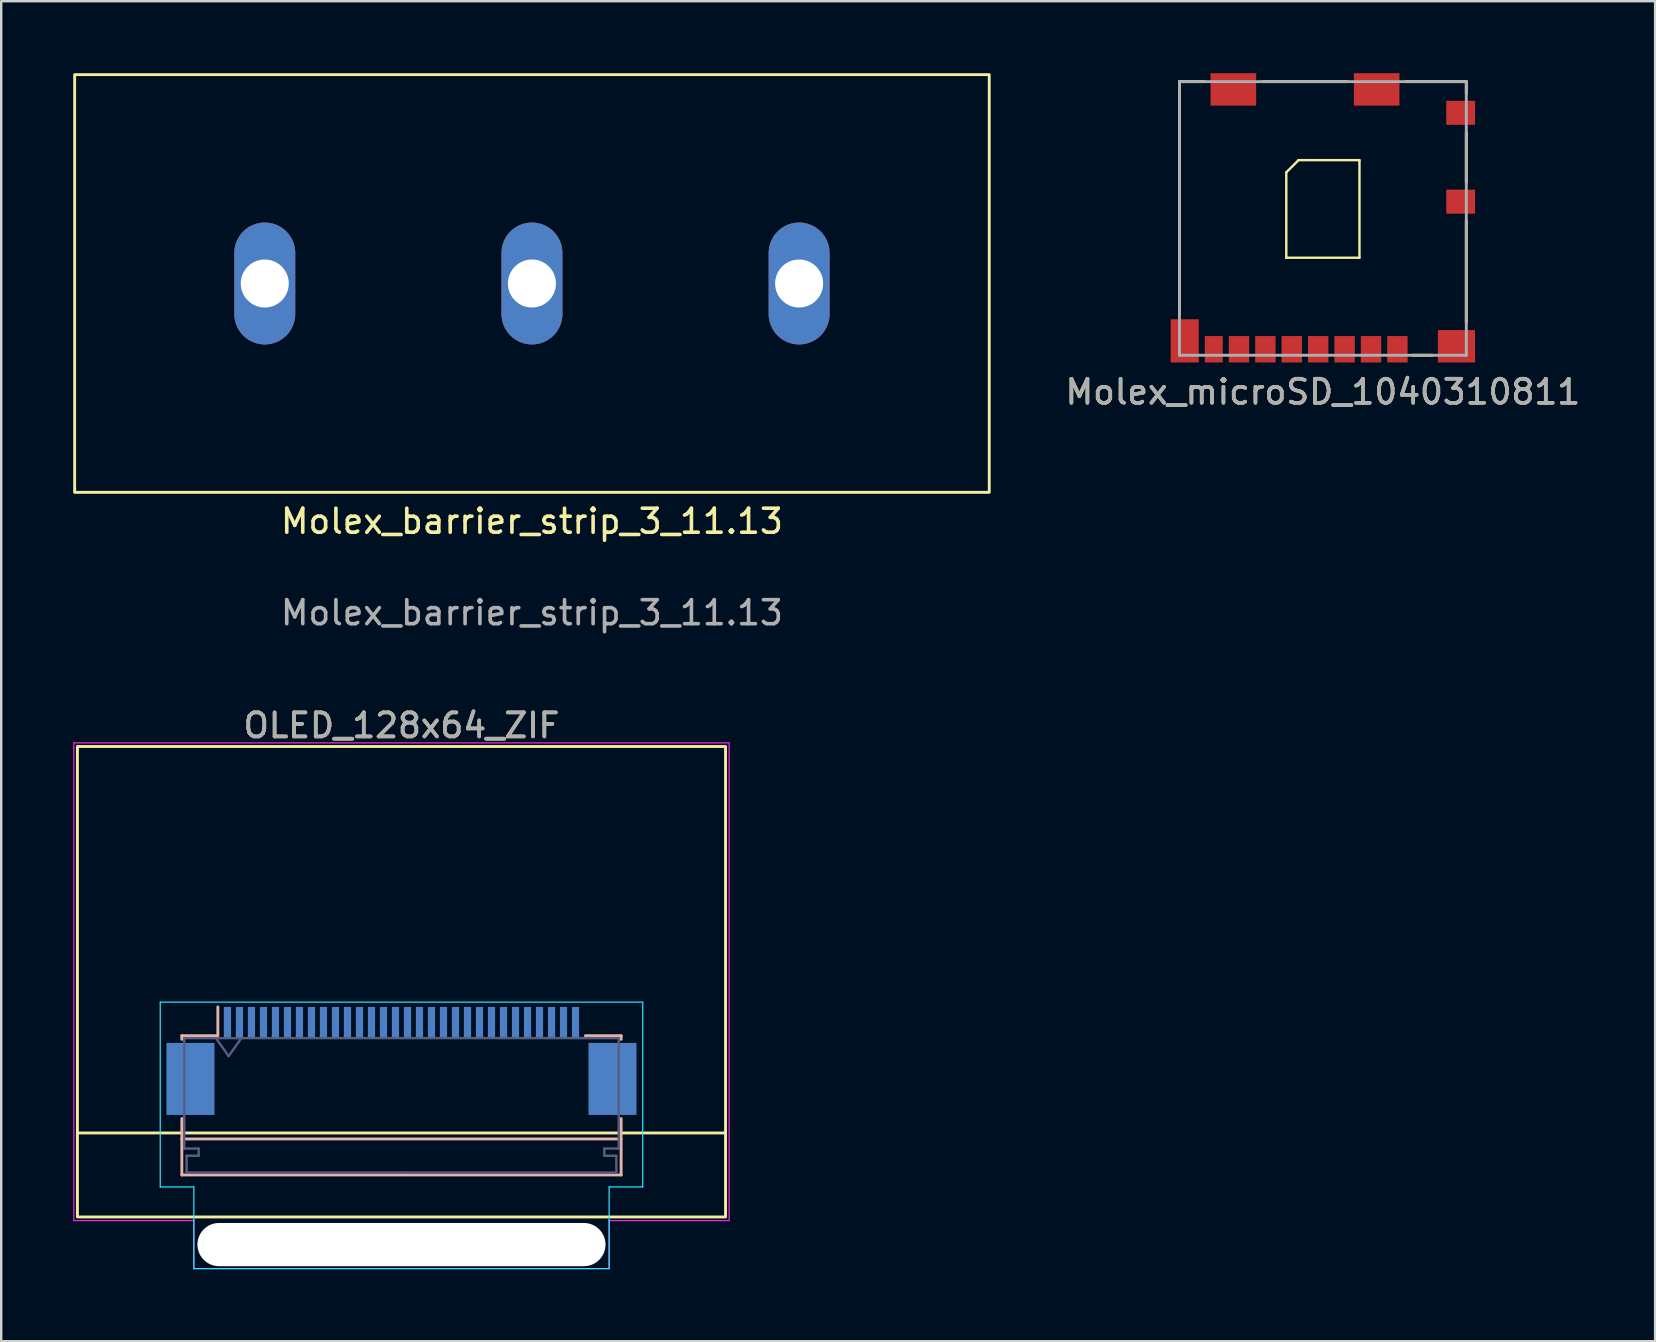
<source format=kicad_pcb>
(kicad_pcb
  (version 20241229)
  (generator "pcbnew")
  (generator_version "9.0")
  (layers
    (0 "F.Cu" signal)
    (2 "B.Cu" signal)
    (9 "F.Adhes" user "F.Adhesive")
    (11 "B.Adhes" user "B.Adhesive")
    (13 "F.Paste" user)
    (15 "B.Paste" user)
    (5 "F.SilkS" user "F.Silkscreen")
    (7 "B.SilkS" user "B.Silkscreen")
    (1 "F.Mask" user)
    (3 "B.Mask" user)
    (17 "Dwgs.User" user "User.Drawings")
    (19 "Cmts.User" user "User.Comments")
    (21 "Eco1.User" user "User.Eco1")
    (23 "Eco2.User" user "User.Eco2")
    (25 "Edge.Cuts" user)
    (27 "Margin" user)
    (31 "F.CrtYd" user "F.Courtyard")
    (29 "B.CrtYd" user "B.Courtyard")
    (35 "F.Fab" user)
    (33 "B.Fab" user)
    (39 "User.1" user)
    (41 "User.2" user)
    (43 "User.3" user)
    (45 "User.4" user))
  (footprint "OLED_128x64_ZIF"
    (layer "F.Cu")
    (at 13.675 41.397)
    (property "Reference" "OLED_128x64_ZIF" (at 0 -14.224 0) (layer "F.SilkS") (effects (font (size 1 1) (thickness 0.15))))
    (attr smd)
    (fp_line (start -13.5 2.75) (end 13.5 2.75) (stroke (width 0.12) (type solid)) (layer "F.SilkS"))
    (fp_rect (start 13.5 6.25) (end -13.5 -13.35) (stroke (width 0.12) (type solid)) (fill no) (layer "F.SilkS"))
    (fp_line (start -9.15 -1.3) (end -9.15 -1.15) (stroke (width 0.12) (type solid)) (layer "B.SilkS"))
    (fp_line (start -9.15 4.5) (end -9.15 2.15) (stroke (width 0.12) (type solid)) (layer "B.SilkS"))
    (fp_line (start -7.66 -1.3) (end -9.15 -1.3) (stroke (width 0.12) (type solid)) (layer "B.SilkS"))
    (fp_line (start -7.65 -1.3) (end -7.65 -2.5) (stroke (width 0.12) (type solid)) (layer "B.SilkS"))
    (fp_line (start 7.66 -1.3) (end 9.15 -1.3) (stroke (width 0.12) (type solid)) (layer "B.SilkS"))
    (fp_line (start 9.15 -1.3) (end 9.15 -1.15) (stroke (width 0.12) (type solid)) (layer "B.SilkS"))
    (fp_line (start 9.15 2.15) (end 9.15 4.5) (stroke (width 0.12) (type solid)) (layer "B.SilkS"))
    (fp_line (start 9.15 3) (end -9.15 3) (stroke (width 0.12) (type solid)) (layer "B.SilkS"))
    (fp_line (start 9.15 4.5) (end -9.15 4.5) (stroke (width 0.12) (type solid)) (layer "B.SilkS"))
    (fp_line (start -10.05 -2.7) (end 10.05 -2.7) (stroke (width 0.05) (type solid)) (layer "B.CrtYd"))
    (fp_line (start -10.05 5) (end -10.05 -2.7) (stroke (width 0.05) (type solid)) (layer "B.CrtYd"))
    (fp_line (start -8.65 5) (end -10.05 5) (stroke (width 0.05) (type solid)) (layer "B.CrtYd"))
    (fp_line (start -8.65 8.4) (end -8.65 5) (stroke (width 0.05) (type solid)) (layer "B.CrtYd"))
    (fp_line (start 8.65 5) (end 10.05 5) (stroke (width 0.05) (type solid)) (layer "B.CrtYd"))
    (fp_line (start 8.65 8.4) (end -8.65 8.4) (stroke (width 0.05) (type solid)) (layer "B.CrtYd"))
    (fp_line (start 8.65 8.4) (end 8.65 5) (stroke (width 0.05) (type solid)) (layer "B.CrtYd"))
    (fp_line (start 10.05 -2.7) (end 10.05 5) (stroke (width 0.05) (type solid)) (layer "B.CrtYd"))
    (fp_line (start -13.65 -13.5) (end 13.65 -13.5) (stroke (width 0.05) (type solid)) (layer "F.CrtYd"))
    (fp_line (start -13.65 6.4) (end -13.65 -13.5) (stroke (width 0.05) (type solid)) (layer "F.CrtYd"))
    (fp_line (start -8.65 6.4) (end -13.65 6.4) (stroke (width 0.05) (type solid)) (layer "F.CrtYd"))
    (fp_line (start -8.65 8.4) (end -8.65 6.4) (stroke (width 0.05) (type solid)) (layer "F.CrtYd"))
    (fp_line (start 8.65 6.4) (end 8.65 8.4) (stroke (width 0.05) (type solid)) (layer "F.CrtYd"))
    (fp_line (start 8.65 8.4) (end -8.65 8.4) (stroke (width 0.05) (type solid)) (layer "F.CrtYd"))
    (fp_line (start 13.65 -13.5) (end 13.65 6.4) (stroke (width 0.05) (type solid)) (layer "F.CrtYd"))
    (fp_line (start 13.65 6.4) (end 8.65 6.4) (stroke (width 0.05) (type solid)) (layer "F.CrtYd"))
    (fp_line (start -9.05 -1.2) (end -9.05 3.4) (stroke (width 0.1) (type solid)) (layer "B.Fab"))
    (fp_line (start -9.05 3.4) (end -8.45 3.4) (stroke (width 0.1) (type solid)) (layer "B.Fab"))
    (fp_line (start -8.95 3.7) (end -8.95 4.4) (stroke (width 0.1) (type solid)) (layer "B.Fab"))
    (fp_line (start -8.95 4.4) (end 0 4.4) (stroke (width 0.1) (type solid)) (layer "B.Fab"))
    (fp_line (start -8.45 3.4) (end -8.45 3.7) (stroke (width 0.1) (type solid)) (layer "B.Fab"))
    (fp_line (start -8.45 3.7) (end -8.95 3.7) (stroke (width 0.1) (type solid)) (layer "B.Fab"))
    (fp_line (start -7.2 -0.45) (end -7.7 -1.157) (stroke (width 0.1) (type solid)) (layer "B.Fab"))
    (fp_line (start -6.7 -1.157) (end -7.2 -0.45) (stroke (width 0.1) (type solid)) (layer "B.Fab"))
    (fp_line (start 0 -1.2) (end -9.05 -1.2) (stroke (width 0.1) (type solid)) (layer "B.Fab"))
    (fp_line (start 0 -1.2) (end 9.05 -1.2) (stroke (width 0.1) (type solid)) (layer "B.Fab"))
    (fp_line (start 8.45 3.4) (end 8.45 3.7) (stroke (width 0.1) (type solid)) (layer "B.Fab"))
    (fp_line (start 8.45 3.7) (end 8.95 3.7) (stroke (width 0.1) (type solid)) (layer "B.Fab"))
    (fp_line (start 8.95 3.7) (end 8.95 4.4) (stroke (width 0.1) (type solid)) (layer "B.Fab"))
    (fp_line (start 8.95 4.4) (end 0 4.4) (stroke (width 0.1) (type solid)) (layer "B.Fab"))
    (fp_line (start 9.05 -1.2) (end 9.05 3.4) (stroke (width 0.1) (type solid)) (layer "B.Fab"))
    (fp_line (start 9.05 3.4) (end 8.45 3.4) (stroke (width 0.1) (type solid)) (layer "B.Fab"))
    (fp_text user "${REFERENCE}" (at 0 -14.224 0) (layer "F.Fab") (effects (font (size 1 1) (thickness 0.15))))
    (pad "" np_thru_hole oval (at 0 7.4) (size 17 1.8) (drill oval 17 1.8) (layers "*.Cu" "*.Mask"))
    (pad "1" smd rect (at -7.25 -1.85) (size 0.3 1.3) (layers "B.Cu" "B.Mask" "B.Paste"))
    (pad "2" smd rect (at -6.75 -1.85) (size 0.3 1.3) (layers "B.Cu" "B.Mask" "B.Paste"))
    (pad "3" smd rect (at -6.25 -1.85) (size 0.3 1.3) (layers "B.Cu" "B.Mask" "B.Paste"))
    (pad "4" smd rect (at -5.75 -1.85) (size 0.3 1.3) (layers "B.Cu" "B.Mask" "B.Paste"))
    (pad "5" smd rect (at -5.25 -1.85) (size 0.3 1.3) (layers "B.Cu" "B.Mask" "B.Paste"))
    (pad "6" smd rect (at -4.75 -1.85) (size 0.3 1.3) (layers "B.Cu" "B.Mask" "B.Paste"))
    (pad "7" smd rect (at -4.25 -1.85) (size 0.3 1.3) (layers "B.Cu" "B.Mask" "B.Paste"))
    (pad "8" smd rect (at -3.75 -1.85) (size 0.3 1.3) (layers "B.Cu" "B.Mask" "B.Paste"))
    (pad "9" smd rect (at -3.25 -1.85) (size 0.3 1.3) (layers "B.Cu" "B.Mask" "B.Paste"))
    (pad "10" smd rect (at -2.75 -1.85) (size 0.3 1.3) (layers "B.Cu" "B.Mask" "B.Paste"))
    (pad "11" smd rect (at -2.25 -1.85) (size 0.3 1.3) (layers "B.Cu" "B.Mask" "B.Paste"))
    (pad "12" smd rect (at -1.75 -1.85) (size 0.3 1.3) (layers "B.Cu" "B.Mask" "B.Paste"))
    (pad "13" smd rect (at -1.25 -1.85) (size 0.3 1.3) (layers "B.Cu" "B.Mask" "B.Paste"))
    (pad "14" smd rect (at -0.75 -1.85) (size 0.3 1.3) (layers "B.Cu" "B.Mask" "B.Paste"))
    (pad "15" smd rect (at -0.25 -1.85) (size 0.3 1.3) (layers "B.Cu" "B.Mask" "B.Paste"))
    (pad "16" smd rect (at 0.25 -1.85) (size 0.3 1.3) (layers "B.Cu" "B.Mask" "B.Paste"))
    (pad "17" smd rect (at 0.75 -1.85) (size 0.3 1.3) (layers "B.Cu" "B.Mask" "B.Paste"))
    (pad "18" smd rect (at 1.25 -1.85) (size 0.3 1.3) (layers "B.Cu" "B.Mask" "B.Paste"))
    (pad "19" smd rect (at 1.75 -1.85) (size 0.3 1.3) (layers "B.Cu" "B.Mask" "B.Paste"))
    (pad "20" smd rect (at 2.25 -1.85) (size 0.3 1.3) (layers "B.Cu" "B.Mask" "B.Paste"))
    (pad "21" smd rect (at 2.75 -1.85) (size 0.3 1.3) (layers "B.Cu" "B.Mask" "B.Paste"))
    (pad "22" smd rect (at 3.25 -1.85) (size 0.3 1.3) (layers "B.Cu" "B.Mask" "B.Paste"))
    (pad "23" smd rect (at 3.75 -1.85) (size 0.3 1.3) (layers "B.Cu" "B.Mask" "B.Paste"))
    (pad "24" smd rect (at 4.25 -1.85) (size 0.3 1.3) (layers "B.Cu" "B.Mask" "B.Paste"))
    (pad "25" smd rect (at 4.75 -1.85) (size 0.3 1.3) (layers "B.Cu" "B.Mask" "B.Paste"))
    (pad "26" smd rect (at 5.25 -1.85) (size 0.3 1.3) (layers "B.Cu" "B.Mask" "B.Paste"))
    (pad "27" smd rect (at 5.75 -1.85) (size 0.3 1.3) (layers "B.Cu" "B.Mask" "B.Paste"))
    (pad "28" smd rect (at 6.25 -1.85) (size 0.3 1.3) (layers "B.Cu" "B.Mask" "B.Paste"))
    (pad "29" smd rect (at 6.75 -1.85) (size 0.3 1.3) (layers "B.Cu" "B.Mask" "B.Paste"))
    (pad "30" smd rect (at 7.25 -1.85) (size 0.3 1.3) (layers "B.Cu" "B.Mask" "B.Paste"))
    (pad "MP1" smd rect (at -8.79 0.5) (size 2 3) (layers "B.Cu" "B.Mask" "B.Paste"))
    (pad "MP2" smd rect (at 8.79 0.5) (size 2 3) (layers "B.Cu" "B.Mask" "B.Paste")))
  (footprint "Molex_microSD_1040310811"
    (layer "F.Cu")
    (at 52.059 11.75)
    (property "Reference" "Molex_microSD_1040310811" (at 0 1.524 0) (layer "F.SilkS") (effects (font (size 1 1) (thickness 0.15))))
    (attr smd)
    (fp_line (start -5.975 -11.4) (end -5.975 -1.721) (stroke (width 0.12) (type solid)) (layer "F.SilkS"))
    (fp_line (start -5.975 -11.4) (end -4.914 -11.4) (stroke (width 0.12) (type solid)) (layer "F.SilkS"))
    (fp_line (start -2.5 -11.4) (end 1 -11.4) (stroke (width 0.12) (type solid)) (layer "F.SilkS"))
    (fp_line (start -1.524 -7.62) (end -1.524 -4.064) (stroke (width 0.1) (type default)) (layer "F.SilkS"))
    (fp_line (start -1.524 -4.064) (end 1.524 -4.064) (stroke (width 0.1) (type default)) (layer "F.SilkS"))
    (fp_line (start -1.016 -8.128) (end -1.524 -7.62) (stroke (width 0.1) (type default)) (layer "F.SilkS"))
    (fp_line (start -1.016 -8.128) (end 1.524 -8.128) (stroke (width 0.1) (type default)) (layer "F.SilkS"))
    (fp_line (start 1.524 -4.064) (end 1.524 -8.128) (stroke (width 0.1) (type default)) (layer "F.SilkS"))
    (fp_line (start 3.739 0) (end 4.56 0) (stroke (width 0.12) (type solid)) (layer "F.SilkS"))
    (fp_line (start 5.975 -11.4) (end 3.455 -11.4) (stroke (width 0.12) (type solid)) (layer "F.SilkS"))
    (fp_line (start 5.975 -11.4) (end 5.975 -10.9) (stroke (width 0.12) (type solid)) (layer "F.SilkS"))
    (fp_line (start 5.975 -9.297) (end 5.975 -7.216) (stroke (width 0.12) (type solid)) (layer "F.SilkS"))
    (fp_line (start 5.975 -5.601) (end 5.975 -1.367) (stroke (width 0.12) (type solid)) (layer "F.SilkS"))
    (fp_line (start -5.975 -11.4) (end 5.975 -11.4) (stroke (width 0.12) (type solid)) (layer "F.Fab"))
    (fp_line (start -5.975 0) (end -5.975 -11.4) (stroke (width 0.12) (type solid)) (layer "F.Fab"))
    (fp_line (start 5.975 -11.4) (end 5.975 0) (stroke (width 0.12) (type solid)) (layer "F.Fab"))
    (fp_line (start 5.975 0) (end -5.975 0) (stroke (width 0.12) (type solid)) (layer "F.Fab"))
    (fp_text user "${REFERENCE}" (at 0 1.524 180) (layer "F.Fab") (effects (font (size 1 1) (thickness 0.15))))
    (pad "1" smd rect (at 3.105 -0.25) (size 0.85 1.1) (layers "F.Cu" "F.Mask" "F.Paste"))
    (pad "2" smd rect (at 2.005 -0.25) (size 0.85 1.1) (layers "F.Cu" "F.Mask" "F.Paste"))
    (pad "3" smd rect (at 0.905 -0.25) (size 0.85 1.1) (layers "F.Cu" "F.Mask" "F.Paste"))
    (pad "4" smd rect (at -0.195 -0.25) (size 0.85 1.1) (layers "F.Cu" "F.Mask" "F.Paste"))
    (pad "5" smd rect (at -1.295 -0.25) (size 0.85 1.1) (layers "F.Cu" "F.Mask" "F.Paste"))
    (pad "6" smd rect (at -2.395 -0.25) (size 0.85 1.1) (layers "F.Cu" "F.Mask" "F.Paste"))
    (pad "7" smd rect (at -3.495 -0.25) (size 0.85 1.1) (layers "F.Cu" "F.Mask" "F.Paste"))
    (pad "8" smd rect (at -4.545 -0.25) (size 0.75 1.1) (layers "F.Cu" "F.Mask" "F.Paste"))
    (pad "9" smd rect (at 5.74 -10.1 90) (size 1 1.2) (layers "F.Cu" "F.Mask" "F.Paste"))
    (pad "10" smd rect (at 5.74 -6.4 90) (size 1 1.2) (layers "F.Cu" "F.Mask" "F.Paste"))
    (pad "11" smd rect (at -5.755 -0.6) (size 1.17 1.8) (layers "F.Cu" "F.Mask" "F.Paste"))
    (pad "11" smd rect (at -3.73 -11.075 90) (size 1.35 1.9) (layers "F.Cu" "F.Mask" "F.Paste"))
    (pad "11" smd rect (at 2.24 -11.075 90) (size 1.35 1.9) (layers "F.Cu" "F.Mask" "F.Paste"))
    (pad "11" smd rect (at 5.565 -0.375 90) (size 1.35 1.55) (layers "F.Cu" "F.Mask" "F.Paste")))
  (footprint "Molex_barrier_strip_3_11.13"
    (layer "F.Cu")
    (at 19.11 8.76)
    (property "Reference" "Molex_barrier_strip_3_11.13" (at 0 9.906 0) (unlocked yes) (layer "F.SilkS") (effects (font (size 1 1) (thickness 0.15))))
    (attr through_hole)
    (fp_rect (start -19.05 -8.7) (end 19.05 8.7) (stroke (width 0.12) (type solid)) (fill no) (layer "F.SilkS"))
    (fp_text user "${REFERENCE}" (at 0 13.716 0) (unlocked yes) (layer "F.Fab") (effects (font (size 1 1) (thickness 0.15))))
    (pad "1" thru_hole oval (at -11.13 0 90) (size 5.08 2.54) (drill 2) (layers "*.Cu" "*.Mask"))
    (pad "2" thru_hole oval (at 0 0 90) (size 5.08 2.54) (drill 2) (layers "*.Cu" "*.Mask"))
    (pad "3" thru_hole oval (at 11.13 0 90) (size 5.08 2.54) (drill 2) (layers "*.Cu" "*.Mask")))
  (gr_rect
    (start -3 -3)
    (end 65.899 52.822)
    (stroke (width 0.1) (type default))
    (fill no)
    (layer "Edge.Cuts")))
</source>
